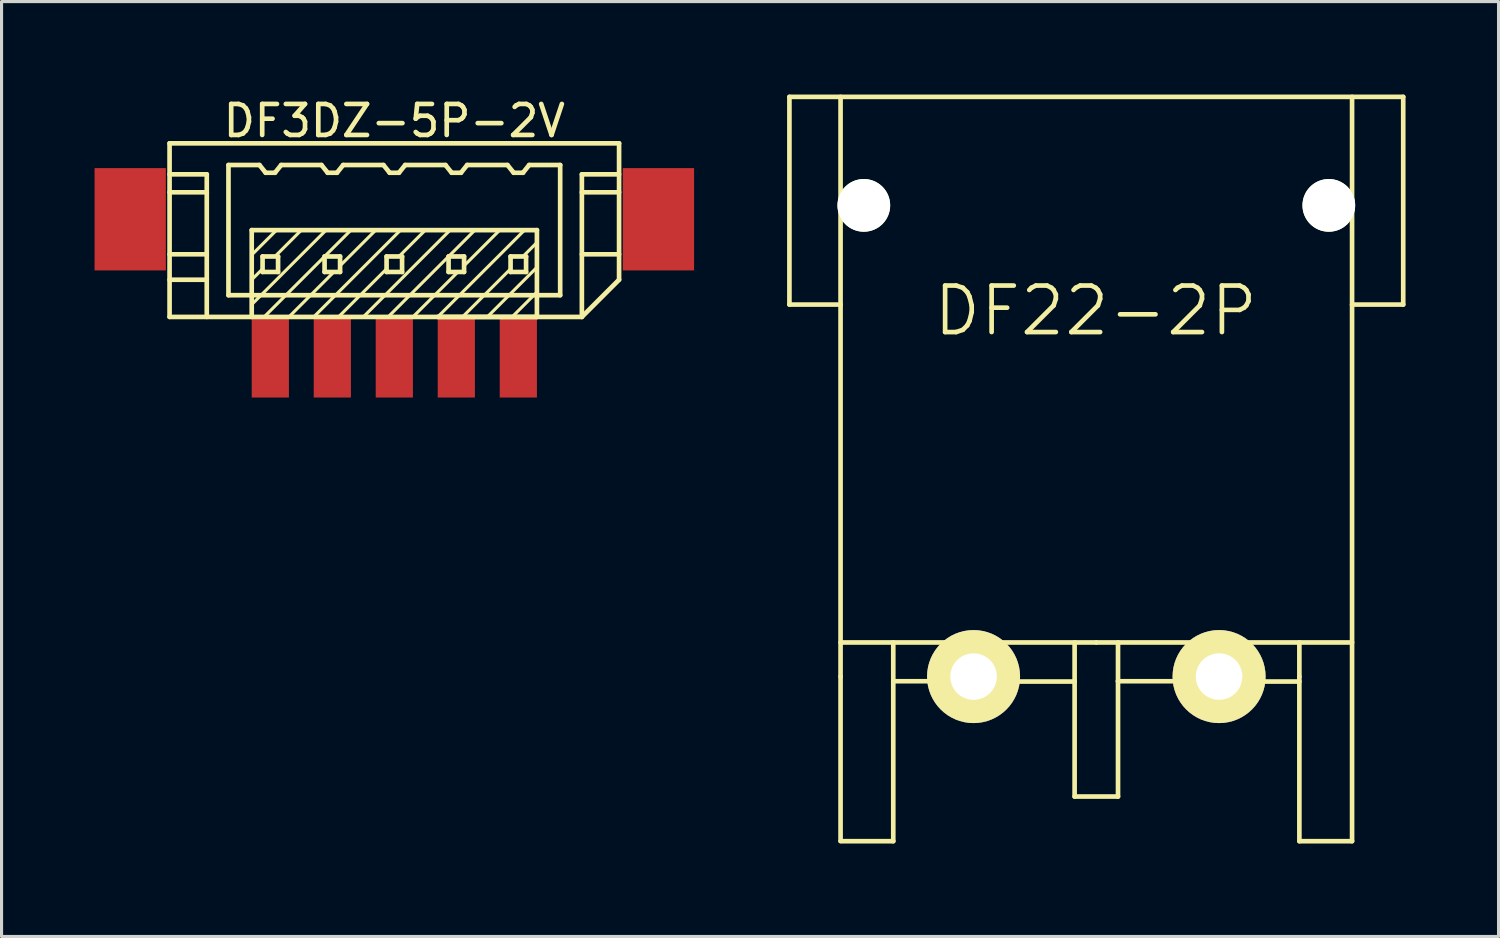
<source format=kicad_pcb>
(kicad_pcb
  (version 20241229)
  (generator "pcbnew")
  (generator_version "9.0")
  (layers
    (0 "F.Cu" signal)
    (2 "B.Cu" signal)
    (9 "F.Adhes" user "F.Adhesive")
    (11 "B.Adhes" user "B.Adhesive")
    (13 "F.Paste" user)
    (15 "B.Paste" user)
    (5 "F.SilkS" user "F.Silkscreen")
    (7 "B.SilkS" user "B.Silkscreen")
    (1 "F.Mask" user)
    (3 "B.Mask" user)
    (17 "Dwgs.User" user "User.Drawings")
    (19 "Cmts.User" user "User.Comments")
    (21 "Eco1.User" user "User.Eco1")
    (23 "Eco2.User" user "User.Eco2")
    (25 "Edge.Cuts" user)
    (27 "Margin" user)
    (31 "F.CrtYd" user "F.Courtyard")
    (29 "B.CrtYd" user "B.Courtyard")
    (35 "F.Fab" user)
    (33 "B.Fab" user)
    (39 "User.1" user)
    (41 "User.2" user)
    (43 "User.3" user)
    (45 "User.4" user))
  (footprint "DF22-2P"
    (layer "F.Cu")
    (at 28.355 18.775)
    (property "Reference" "DF22-2P" (at 3.94 -11.8 0) (layer "F.SilkS") (effects (font (size 1.5 1.5) (thickness 0.15))))
    (attr through_hole)
    (fp_line (start -5.94 -18.7) (end 13.86 -18.7) (stroke (width 0.15) (type solid)) (layer "F.SilkS"))
    (fp_line (start -5.94 -12) (end -5.94 -18.7) (stroke (width 0.15) (type solid)) (layer "F.SilkS"))
    (fp_line (start -4.29 -12) (end -5.94 -12) (stroke (width 0.15) (type solid)) (layer "F.SilkS"))
    (fp_line (start -4.29 0) (end -4.29 -18.7) (stroke (width 0.15) (type solid)) (layer "F.SilkS"))
    (fp_line (start -4.29 0) (end -4.29 5.3) (stroke (width 0.15) (type solid)) (layer "F.SilkS"))
    (fp_line (start -2.59 -1.1) (end -2.59 5.31) (stroke (width 0.15) (type solid)) (layer "F.SilkS"))
    (fp_line (start -2.59 5.31) (end -4.29 5.31) (stroke (width 0.15) (type solid)) (layer "F.SilkS"))
    (fp_line (start -0.75 0) (end -0.75 -1.1) (stroke (width 0.15) (type solid)) (layer "F.SilkS"))
    (fp_line (start -0.75 0) (end -0.75 0.15) (stroke (width 0.15) (type solid)) (layer "F.SilkS"))
    (fp_line (start -0.75 0.15) (end -2.59 0.15) (stroke (width 0.15) (type solid)) (layer "F.SilkS"))
    (fp_line (start 0.75 0) (end -0.75 0) (stroke (width 0.15) (type solid)) (layer "F.SilkS"))
    (fp_line (start 0.75 0) (end 0.75 -1.1) (stroke (width 0.15) (type solid)) (layer "F.SilkS"))
    (fp_line (start 0.75 0) (end 0.75 0.15) (stroke (width 0.15) (type solid)) (layer "F.SilkS"))
    (fp_line (start 3.26 0.16) (end 0.75 0.16) (stroke (width 0.15) (type solid)) (layer "F.SilkS"))
    (fp_line (start 3.26 0.16) (end 3.26 -1.1) (stroke (width 0.15) (type solid)) (layer "F.SilkS"))
    (fp_line (start 3.26 0.16) (end 3.26 3.87) (stroke (width 0.15) (type solid)) (layer "F.SilkS"))
    (fp_line (start 3.26 3.87) (end 4.66 3.87) (stroke (width 0.15) (type solid)) (layer "F.SilkS"))
    (fp_line (start 3.96 -1.1) (end -4.29 -1.1) (stroke (width 0.15) (type solid)) (layer "F.SilkS"))
    (fp_line (start 3.96 -1.1) (end 12.21 -1.1) (stroke (width 0.15) (type solid)) (layer "F.SilkS"))
    (fp_line (start 4.66 0.15) (end 4.66 -1.1) (stroke (width 0.15) (type solid)) (layer "F.SilkS"))
    (fp_line (start 4.66 0.15) (end 7.17 0.15) (stroke (width 0.15) (type solid)) (layer "F.SilkS"))
    (fp_line (start 4.66 3.87) (end 4.66 0.15) (stroke (width 0.15) (type solid)) (layer "F.SilkS"))
    (fp_line (start 7.17 0) (end 7.17 -1.1) (stroke (width 0.15) (type solid)) (layer "F.SilkS"))
    (fp_line (start 7.17 0.15) (end 7.17 0) (stroke (width 0.15) (type solid)) (layer "F.SilkS"))
    (fp_line (start 8.67 0) (end 7.17 0) (stroke (width 0.15) (type solid)) (layer "F.SilkS"))
    (fp_line (start 8.67 0) (end 8.67 -1.1) (stroke (width 0.15) (type solid)) (layer "F.SilkS"))
    (fp_line (start 8.67 0) (end 8.67 0.15) (stroke (width 0.15) (type solid)) (layer "F.SilkS"))
    (fp_line (start 8.67 0.16) (end 10.51 0.16) (stroke (width 0.15) (type solid)) (layer "F.SilkS"))
    (fp_line (start 10.51 0) (end 10.51 -1.1) (stroke (width 0.15) (type solid)) (layer "F.SilkS"))
    (fp_line (start 10.51 0) (end 10.51 5.31) (stroke (width 0.15) (type solid)) (layer "F.SilkS"))
    (fp_line (start 12.21 -15.2) (end 12.21 -18.7) (stroke (width 0.15) (type solid)) (layer "F.SilkS"))
    (fp_line (start 12.21 -15.2) (end 12.21 5.31) (stroke (width 0.15) (type solid)) (layer "F.SilkS"))
    (fp_line (start 12.21 -12) (end 13.86 -12) (stroke (width 0.15) (type solid)) (layer "F.SilkS"))
    (fp_line (start 12.21 5.31) (end 10.51 5.31) (stroke (width 0.15) (type solid)) (layer "F.SilkS"))
    (fp_line (start 13.86 -12) (end 13.86 -18.7) (stroke (width 0.15) (type solid)) (layer "F.SilkS"))
    (pad "" np_thru_hole circle (at -3.54 -15.2) (size 1.7 1.7) (drill 1.7) (layers "*.Cu" "*.Mask" "F.SilkS"))
    (pad "" np_thru_hole circle (at 11.46 -15.2) (size 1.7 1.7) (drill 1.7) (layers "*.Cu" "*.Mask" "F.SilkS"))
    (pad "1" thru_hole circle (at 7.92 0) (size 3 3) (drill 1.5) (layers "*.Cu" "*.Mask" "F.SilkS"))
    (pad "2" thru_hole circle (at 0 0) (size 3 3) (drill 1.5) (layers "*.Cu" "*.Mask" "F.SilkS")))
  (footprint "DF3DZ-5P-2V"
    (layer "F.Cu")
    (at 9.67 4.023)
    (property "Reference" "DF3DZ-5P-2V" (at 0 -3.175 0) (layer "F.SilkS") (effects (font (size 1 1) (thickness 0.15))))
    (attr through_hole)
    (fp_line (start -7.25 -2.45) (end -7.25 3.15) (stroke (width 0.15) (type solid)) (layer "F.SilkS"))
    (fp_line (start -7.25 -2.45) (end 7.25 -2.45) (stroke (width 0.15) (type solid)) (layer "F.SilkS"))
    (fp_line (start -7.25 -0.87) (end -6.05 -0.87) (stroke (width 0.15) (type solid)) (layer "F.SilkS"))
    (fp_line (start -7.25 1.13) (end -6.05 1.13) (stroke (width 0.15) (type solid)) (layer "F.SilkS"))
    (fp_line (start -7.25 1.95) (end -6.05 1.95) (stroke (width 0.15) (type solid)) (layer "F.SilkS"))
    (fp_line (start -7.25 3.15) (end 6.05 3.15) (stroke (width 0.15) (type solid)) (layer "F.SilkS"))
    (fp_line (start -6.05 -1.45) (end -7.25 -1.45) (stroke (width 0.15) (type solid)) (layer "F.SilkS"))
    (fp_line (start -6.05 3.15) (end -6.05 -1.45) (stroke (width 0.15) (type solid)) (layer "F.SilkS"))
    (fp_line (start -5.35 -1.75) (end -5.35 2.45) (stroke (width 0.15) (type solid)) (layer "F.SilkS"))
    (fp_line (start -5.35 2.45) (end 5.35 2.45) (stroke (width 0.15) (type solid)) (layer "F.SilkS"))
    (fp_line (start -4.6 0.35) (end -4.6 3.15) (stroke (width 0.15) (type solid)) (layer "F.SilkS"))
    (fp_line (start -4.35 -1.75) (end -5.35 -1.75) (stroke (width 0.15) (type solid)) (layer "F.SilkS"))
    (fp_line (start -4.35 -1.75) (end -4.15 -1.5) (stroke (width 0.15) (type solid)) (layer "F.SilkS"))
    (fp_line (start -4.25 1.2) (end -4.25 1.7) (stroke (width 0.15) (type solid)) (layer "F.SilkS"))
    (fp_line (start -4.25 1.6) (end -4.6 1.95) (stroke (width 0.1) (type solid)) (layer "F.SilkS"))
    (fp_line (start -4.25 1.7) (end -3.75 1.7) (stroke (width 0.15) (type solid)) (layer "F.SilkS"))
    (fp_line (start -4.15 -1.5) (end -3.85 -1.5) (stroke (width 0.15) (type solid)) (layer "F.SilkS"))
    (fp_line (start -3.85 -1.5) (end -3.65 -1.75) (stroke (width 0.15) (type solid)) (layer "F.SilkS"))
    (fp_line (start -3.8 0.35) (end -4.6 1.15) (stroke (width 0.1) (type solid)) (layer "F.SilkS"))
    (fp_line (start -3.75 1.2) (end -4.25 1.2) (stroke (width 0.15) (type solid)) (layer "F.SilkS"))
    (fp_line (start -3.75 1.7) (end -3.75 1.2) (stroke (width 0.15) (type solid)) (layer "F.SilkS"))
    (fp_line (start -3 0.35) (end -3.85 1.2) (stroke (width 0.1) (type solid)) (layer "F.SilkS"))
    (fp_line (start -2.35 -1.75) (end -3.65 -1.75) (stroke (width 0.15) (type solid)) (layer "F.SilkS"))
    (fp_line (start -2.35 -1.75) (end -2.15 -1.5) (stroke (width 0.15) (type solid)) (layer "F.SilkS"))
    (fp_line (start -2.25 1.2) (end -2.25 1.7) (stroke (width 0.15) (type solid)) (layer "F.SilkS"))
    (fp_line (start -2.25 1.7) (end -1.75 1.7) (stroke (width 0.15) (type solid)) (layer "F.SilkS"))
    (fp_line (start -2.2 0.35) (end -4.6 2.75) (stroke (width 0.1) (type solid)) (layer "F.SilkS"))
    (fp_line (start -2.15 -1.5) (end -1.85 -1.5) (stroke (width 0.15) (type solid)) (layer "F.SilkS"))
    (fp_line (start -1.95 1.7) (end -3.4 3.15) (stroke (width 0.1) (type solid)) (layer "F.SilkS"))
    (fp_line (start -1.85 -1.5) (end -1.65 -1.75) (stroke (width 0.15) (type solid)) (layer "F.SilkS"))
    (fp_line (start -1.75 1.2) (end -2.25 1.2) (stroke (width 0.15) (type solid)) (layer "F.SilkS"))
    (fp_line (start -1.75 1.7) (end -1.75 1.2) (stroke (width 0.15) (type solid)) (layer "F.SilkS"))
    (fp_line (start -1.4 0.35) (end -4.2 3.15) (stroke (width 0.1) (type solid)) (layer "F.SilkS"))
    (fp_line (start -0.6 0.35) (end -1.75 1.5) (stroke (width 0.1) (type solid)) (layer "F.SilkS"))
    (fp_line (start -0.35 -1.75) (end -1.65 -1.75) (stroke (width 0.15) (type solid)) (layer "F.SilkS"))
    (fp_line (start -0.35 -1.75) (end -0.15 -1.5) (stroke (width 0.15) (type solid)) (layer "F.SilkS"))
    (fp_line (start -0.25 1.2) (end -0.25 1.7) (stroke (width 0.15) (type solid)) (layer "F.SilkS"))
    (fp_line (start -0.25 1.6) (end -1.8 3.15) (stroke (width 0.1) (type solid)) (layer "F.SilkS"))
    (fp_line (start -0.25 1.7) (end 0.25 1.7) (stroke (width 0.15) (type solid)) (layer "F.SilkS"))
    (fp_line (start -0.15 -1.5) (end 0.15 -1.5) (stroke (width 0.15) (type solid)) (layer "F.SilkS"))
    (fp_line (start 0.15 -1.5) (end 0.35 -1.75) (stroke (width 0.15) (type solid)) (layer "F.SilkS"))
    (fp_line (start 0.2 0.35) (end -2.6 3.15) (stroke (width 0.1) (type solid)) (layer "F.SilkS"))
    (fp_line (start 0.25 1.2) (end -0.25 1.2) (stroke (width 0.15) (type solid)) (layer "F.SilkS"))
    (fp_line (start 0.25 1.7) (end 0.25 1.2) (stroke (width 0.15) (type solid)) (layer "F.SilkS"))
    (fp_line (start 0.6 3.15) (end 2.05 1.7) (stroke (width 0.1) (type solid)) (layer "F.SilkS"))
    (fp_line (start 1 0.35) (end 0.15 1.2) (stroke (width 0.1) (type solid)) (layer "F.SilkS"))
    (fp_line (start 1.4 3.15) (end 4.6 3.15) (stroke (width 0.15) (type solid)) (layer "F.SilkS"))
    (fp_line (start 1.65 -1.75) (end 0.35 -1.75) (stroke (width 0.15) (type solid)) (layer "F.SilkS"))
    (fp_line (start 1.65 -1.75) (end 1.85 -1.5) (stroke (width 0.15) (type solid)) (layer "F.SilkS"))
    (fp_line (start 1.75 1.2) (end 1.75 1.7) (stroke (width 0.15) (type solid)) (layer "F.SilkS"))
    (fp_line (start 1.75 1.7) (end 2.25 1.7) (stroke (width 0.15) (type solid)) (layer "F.SilkS"))
    (fp_line (start 1.8 0.35) (end -1 3.15) (stroke (width 0.1) (type solid)) (layer "F.SilkS"))
    (fp_line (start 1.85 -1.5) (end 2.15 -1.5) (stroke (width 0.15) (type solid)) (layer "F.SilkS"))
    (fp_line (start 2.15 -1.5) (end 2.35 -1.75) (stroke (width 0.15) (type solid)) (layer "F.SilkS"))
    (fp_line (start 2.2 3.15) (end 3.75 1.6) (stroke (width 0.1) (type solid)) (layer "F.SilkS"))
    (fp_line (start 2.25 1.2) (end 1.75 1.2) (stroke (width 0.15) (type solid)) (layer "F.SilkS"))
    (fp_line (start 2.25 1.7) (end 2.25 1.2) (stroke (width 0.15) (type solid)) (layer "F.SilkS"))
    (fp_line (start 2.6 0.35) (end -0.2 3.15) (stroke (width 0.1) (type solid)) (layer "F.SilkS"))
    (fp_line (start 3.4 0.35) (end 2.25 1.5) (stroke (width 0.1) (type solid)) (layer "F.SilkS"))
    (fp_line (start 3.65 -1.75) (end 2.35 -1.75) (stroke (width 0.15) (type solid)) (layer "F.SilkS"))
    (fp_line (start 3.65 -1.75) (end 3.85 -1.5) (stroke (width 0.15) (type solid)) (layer "F.SilkS"))
    (fp_line (start 3.75 1.2) (end 3.75 1.7) (stroke (width 0.15) (type solid)) (layer "F.SilkS"))
    (fp_line (start 3.75 1.7) (end 4.25 1.7) (stroke (width 0.15) (type solid)) (layer "F.SilkS"))
    (fp_line (start 3.85 -1.5) (end 4.15 -1.5) (stroke (width 0.15) (type solid)) (layer "F.SilkS"))
    (fp_line (start 4.15 -1.5) (end 4.35 -1.75) (stroke (width 0.15) (type solid)) (layer "F.SilkS"))
    (fp_line (start 4.2 0.35) (end 1.4 3.15) (stroke (width 0.1) (type solid)) (layer "F.SilkS"))
    (fp_line (start 4.25 1.2) (end 3.75 1.2) (stroke (width 0.15) (type solid)) (layer "F.SilkS"))
    (fp_line (start 4.25 1.7) (end 4.25 1.2) (stroke (width 0.15) (type solid)) (layer "F.SilkS"))
    (fp_line (start 4.6 0.35) (end -4.6 0.35) (stroke (width 0.15) (type solid)) (layer "F.SilkS"))
    (fp_line (start 4.6 0.75) (end 4.15 1.2) (stroke (width 0.1) (type solid)) (layer "F.SilkS"))
    (fp_line (start 4.6 1.55) (end 3 3.15) (stroke (width 0.1) (type solid)) (layer "F.SilkS"))
    (fp_line (start 4.6 2.35) (end 3.8 3.15) (stroke (width 0.1) (type solid)) (layer "F.SilkS"))
    (fp_line (start 4.6 3.15) (end 4.6 0.35) (stroke (width 0.15) (type solid)) (layer "F.SilkS"))
    (fp_line (start 5.35 -1.75) (end 4.35 -1.75) (stroke (width 0.15) (type solid)) (layer "F.SilkS"))
    (fp_line (start 5.35 2.45) (end 5.35 -1.75) (stroke (width 0.15) (type solid)) (layer "F.SilkS"))
    (fp_line (start 6.05 -1.45) (end 7.25 -1.45) (stroke (width 0.15) (type solid)) (layer "F.SilkS"))
    (fp_line (start 6.05 -0.87) (end 7.25 -0.87) (stroke (width 0.15) (type solid)) (layer "F.SilkS"))
    (fp_line (start 6.05 1.13) (end 7.25 1.13) (stroke (width 0.15) (type solid)) (layer "F.SilkS"))
    (fp_line (start 6.05 3.15) (end 6.05 -1.45) (stroke (width 0.15) (type solid)) (layer "F.SilkS"))
    (fp_line (start 6.05 3.15) (end 7.25 1.95) (stroke (width 0.15) (type solid)) (layer "F.SilkS"))
    (fp_line (start 7.25 -2.45) (end 7.25 1.95) (stroke (width 0.15) (type solid)) (layer "F.SilkS"))
    (pad "" smd rect (at -8.52 0) (size 2.3 3.3) (layers "F.Cu" "F.Mask" "F.Paste"))
    (pad "" smd rect (at 8.52 0) (size 2.3 3.3) (layers "F.Cu" "F.Mask" "F.Paste"))
    (pad "1" smd rect (at 4 4.45) (size 1.2 2.6) (layers "F.Cu" "F.Mask" "F.Paste"))
    (pad "2" smd rect (at 2 4.45) (size 1.2 2.6) (layers "F.Cu" "F.Mask" "F.Paste"))
    (pad "3" smd rect (at 0 4.45) (size 1.2 2.6) (layers "F.Cu" "F.Mask" "F.Paste"))
    (pad "4" smd rect (at -2 4.45) (size 1.2 2.6) (layers "F.Cu" "F.Mask" "F.Paste"))
    (pad "5" smd rect (at -4 4.45) (size 1.2 2.6) (layers "F.Cu" "F.Mask" "F.Paste")))
  (gr_rect
    (start -3 -3)
    (end 45.29 27.16)
    (stroke (width 0.1) (type default))
    (fill no)
    (layer "Edge.Cuts")))
</source>
